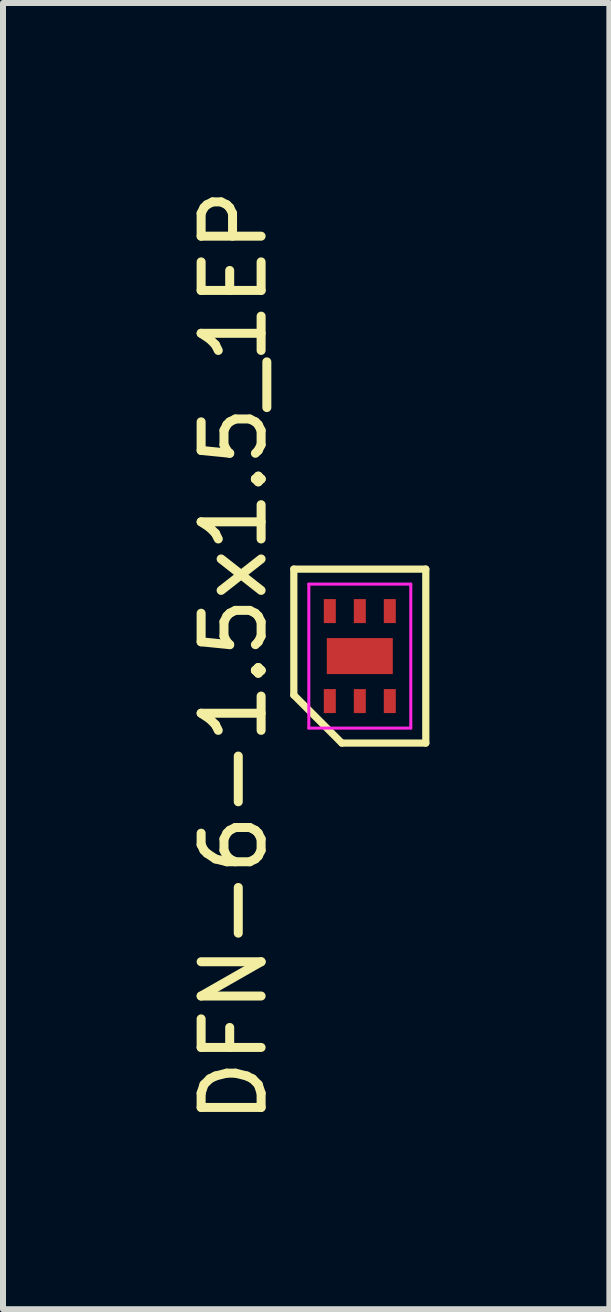
<source format=kicad_pcb>
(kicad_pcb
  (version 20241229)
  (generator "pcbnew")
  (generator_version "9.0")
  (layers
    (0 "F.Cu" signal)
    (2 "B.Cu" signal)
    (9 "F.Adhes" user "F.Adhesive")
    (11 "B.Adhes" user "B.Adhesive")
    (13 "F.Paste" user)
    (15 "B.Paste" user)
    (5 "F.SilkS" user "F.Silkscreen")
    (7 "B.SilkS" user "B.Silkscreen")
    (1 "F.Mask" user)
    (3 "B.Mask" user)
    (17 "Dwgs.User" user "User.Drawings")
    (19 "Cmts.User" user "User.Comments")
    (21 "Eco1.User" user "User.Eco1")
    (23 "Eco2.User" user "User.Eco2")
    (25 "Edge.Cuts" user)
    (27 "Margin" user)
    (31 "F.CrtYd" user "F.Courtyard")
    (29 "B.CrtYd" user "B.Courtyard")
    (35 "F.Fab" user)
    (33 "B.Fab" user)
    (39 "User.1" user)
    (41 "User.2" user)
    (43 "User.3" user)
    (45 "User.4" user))
  (footprint "DFN-6-1.5x1.5_1EP"
    (layer "F.Cu")
    (at 2.948 7.887)
    (property "Reference" "DFN-6-1.5x1.5_1EP" (at -2.1 0 90) (layer "F.SilkS") (effects (font (size 1 1) (thickness 0.15))))
    (attr through_hole)
    (fp_line (start -1.1 -1.45) (end 1.1 -1.45) (stroke (width 0.12) (type solid)) (layer "F.SilkS"))
    (fp_line (start -1.1 0.65) (end -1.1 -1.45) (stroke (width 0.12) (type solid)) (layer "F.SilkS"))
    (fp_line (start -0.3 1.45) (end -1.1 0.65) (stroke (width 0.12) (type solid)) (layer "F.SilkS"))
    (fp_line (start 1.1 -1.45) (end 1.1 1.45) (stroke (width 0.12) (type solid)) (layer "F.SilkS"))
    (fp_line (start 1.1 1.45) (end -0.3 1.45) (stroke (width 0.12) (type solid)) (layer "F.SilkS"))
    (fp_line (start -0.85 -1.2) (end 0.85 -1.2) (stroke (width 0.05) (type solid)) (layer "F.CrtYd"))
    (fp_line (start -0.85 1.2) (end -0.85 -1.2) (stroke (width 0.05) (type solid)) (layer "F.CrtYd"))
    (fp_line (start 0.85 -1.2) (end 0.85 1.2) (stroke (width 0.05) (type solid)) (layer "F.CrtYd"))
    (fp_line (start 0.85 1.2) (end -0.85 1.2) (stroke (width 0.05) (type solid)) (layer "F.CrtYd"))
    (pad "1" smd rect (at -0.5 0.75) (size 0.2 0.4) (layers "F.Cu" "F.Mask" "F.Paste"))
    (pad "2" smd rect (at 0 0.75) (size 0.2 0.4) (layers "F.Cu" "F.Mask" "F.Paste"))
    (pad "3" smd rect (at 0.5 0.75) (size 0.2 0.4) (layers "F.Cu" "F.Mask" "F.Paste"))
    (pad "4" smd rect (at 0.5 -0.75) (size 0.2 0.4) (layers "F.Cu" "F.Mask" "F.Paste"))
    (pad "5" smd rect (at 0 -0.75) (size 0.2 0.4) (layers "F.Cu" "F.Mask" "F.Paste"))
    (pad "6" smd rect (at -0.5 -0.75) (size 0.2 0.4) (layers "F.Cu" "F.Mask" "F.Paste"))
    (pad "7" smd rect (at 0 0) (size 1.1 0.6) (layers "F.Cu" "F.Mask" "F.Paste")))
  (gr_rect
    (start -3 -3)
    (end 7.108 18.774)
    (stroke (width 0.1) (type default))
    (fill no)
    (layer "Edge.Cuts")))
</source>
